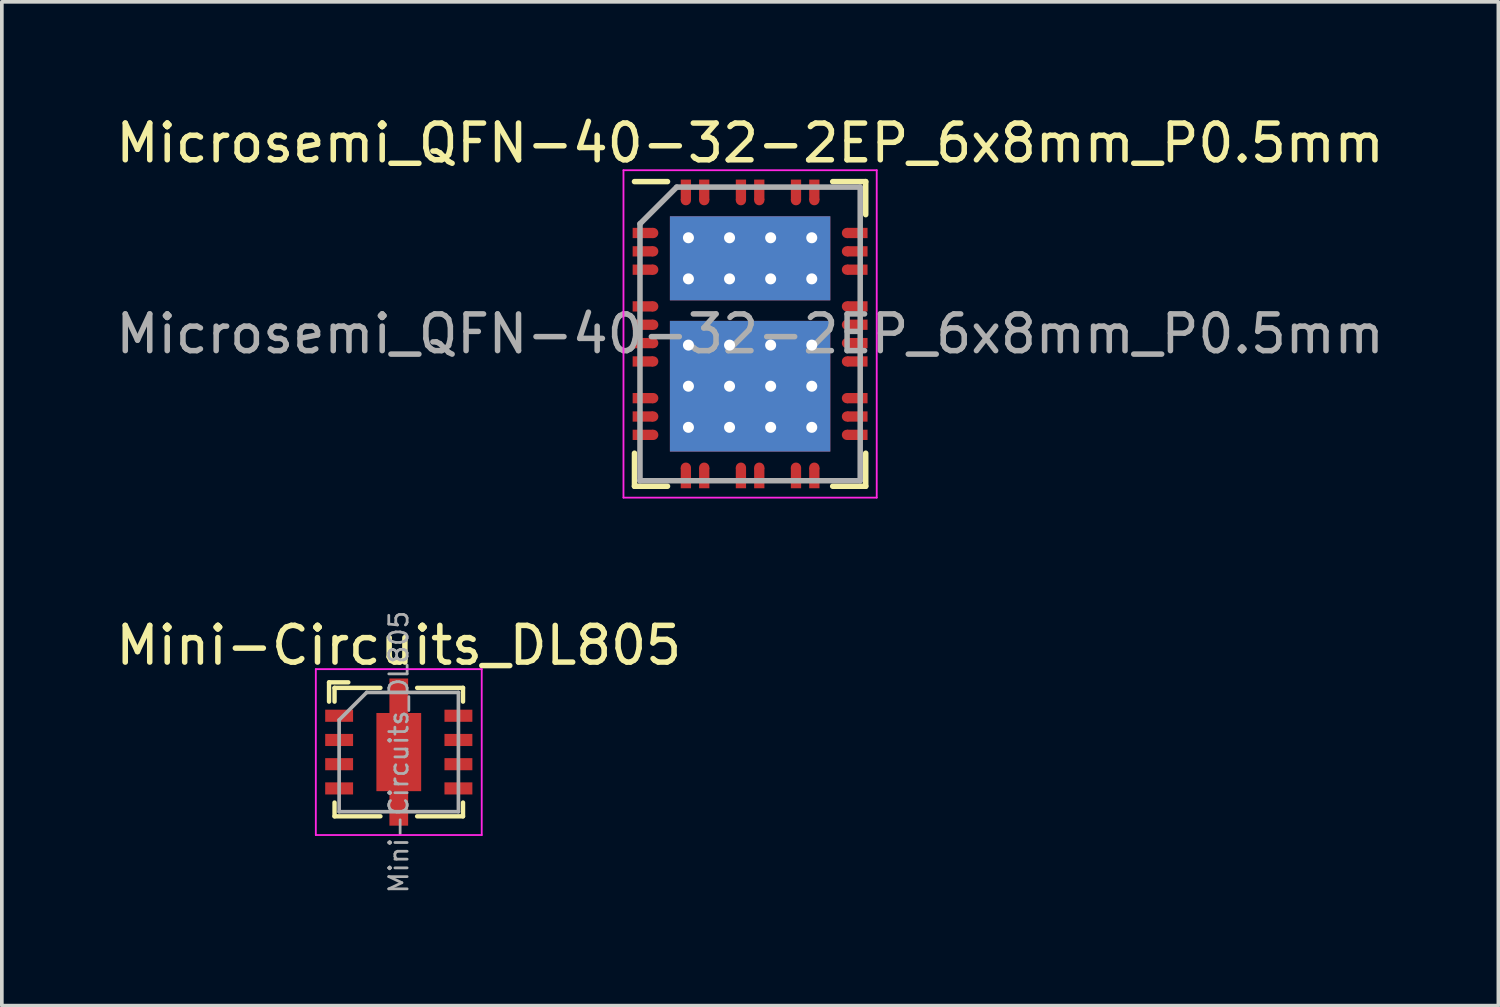
<source format=kicad_pcb>
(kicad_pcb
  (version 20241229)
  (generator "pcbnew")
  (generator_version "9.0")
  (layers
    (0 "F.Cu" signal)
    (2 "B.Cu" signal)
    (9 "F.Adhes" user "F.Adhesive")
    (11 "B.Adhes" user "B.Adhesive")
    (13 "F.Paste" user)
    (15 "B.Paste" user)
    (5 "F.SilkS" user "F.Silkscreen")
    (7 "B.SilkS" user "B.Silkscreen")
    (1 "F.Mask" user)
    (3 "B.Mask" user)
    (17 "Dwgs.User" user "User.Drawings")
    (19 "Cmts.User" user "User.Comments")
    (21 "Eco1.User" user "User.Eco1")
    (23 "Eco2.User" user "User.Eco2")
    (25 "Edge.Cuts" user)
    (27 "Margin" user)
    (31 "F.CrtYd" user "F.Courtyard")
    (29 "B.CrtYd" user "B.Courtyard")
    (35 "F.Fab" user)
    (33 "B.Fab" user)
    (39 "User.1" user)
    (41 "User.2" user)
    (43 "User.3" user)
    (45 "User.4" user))
  (footprint "Mini-Circuits_DL805"
    (layer "F.Cu")
    (at 7.815 17.441)
    (property "Reference" "Mini-Circuits_DL805" (at 0 -2.907 0) (layer "F.SilkS") (effects (font (size 1 1) (thickness 0.15))))
    (attr smd)
    (fp_line (start -1.9 -1.9) (end -1.375 -1.9) (stroke (width 0.12) (type solid)) (layer "F.SilkS"))
    (fp_line (start -1.9 -1.375) (end -1.9 -1.9) (stroke (width 0.12) (type solid)) (layer "F.SilkS"))
    (fp_line (start -1.75 -1.75) (end -1.75 -1.375) (stroke (width 0.12) (type solid)) (layer "F.SilkS"))
    (fp_line (start -1.75 1.75) (end -1.75 1.375) (stroke (width 0.12) (type solid)) (layer "F.SilkS"))
    (fp_line (start -0.5 -1.75) (end -1.75 -1.75) (stroke (width 0.12) (type solid)) (layer "F.SilkS"))
    (fp_line (start -0.5 1.75) (end -1.75 1.75) (stroke (width 0.12) (type solid)) (layer "F.SilkS"))
    (fp_line (start 0.5 -1.75) (end 1.75 -1.75) (stroke (width 0.12) (type solid)) (layer "F.SilkS"))
    (fp_line (start 1.75 -1.75) (end 1.75 -1.375) (stroke (width 0.12) (type solid)) (layer "F.SilkS"))
    (fp_line (start 1.75 1.375) (end 1.75 1.75) (stroke (width 0.12) (type solid)) (layer "F.SilkS"))
    (fp_line (start 1.75 1.75) (end 0.5 1.75) (stroke (width 0.12) (type solid)) (layer "F.SilkS"))
    (fp_line (start -2.26 -2.26) (end -2.26 2.26) (stroke (width 0.05) (type solid)) (layer "F.CrtYd"))
    (fp_line (start -2.26 2.26) (end 2.26 2.26) (stroke (width 0.05) (type solid)) (layer "F.CrtYd"))
    (fp_line (start 2.26 -2.26) (end -2.26 -2.26) (stroke (width 0.05) (type solid)) (layer "F.CrtYd"))
    (fp_line (start 2.26 2.26) (end 2.26 -2.26) (stroke (width 0.05) (type solid)) (layer "F.CrtYd"))
    (fp_line (start -1.625 -0.875) (end -0.875 -1.625) (stroke (width 0.1) (type solid)) (layer "F.Fab"))
    (fp_line (start -1.625 1.625) (end -1.625 -0.875) (stroke (width 0.1) (type solid)) (layer "F.Fab"))
    (fp_line (start -0.875 -1.625) (end 1.625 -1.625) (stroke (width 0.1) (type solid)) (layer "F.Fab"))
    (fp_line (start 1.625 -1.625) (end 1.625 1.625) (stroke (width 0.1) (type solid)) (layer "F.Fab"))
    (fp_line (start 1.625 1.625) (end -1.625 1.625) (stroke (width 0.1) (type solid)) (layer "F.Fab"))
    (fp_text user "${REFERENCE}" (at 0 0 270) (layer "F.Fab") (effects (font (size 0.5 0.5) (thickness 0.075))))
    (pad "1" smd rect (at -1.625 -0.99 270) (size 0.33 0.76) (layers "F.Cu" "F.Mask" "F.Paste"))
    (pad "2" smd rect (at -1.625 -0.33 270) (size 0.33 0.76) (layers "F.Cu" "F.Mask" "F.Paste"))
    (pad "3" smd rect (at -1.625 0.33 270) (size 0.33 0.76) (layers "F.Cu" "F.Mask" "F.Paste"))
    (pad "4" smd rect (at -1.625 0.99 270) (size 0.33 0.76) (layers "F.Cu" "F.Mask" "F.Paste"))
    (pad "5" smd rect (at 1.625 0.99 270) (size 0.33 0.76) (layers "F.Cu" "F.Mask" "F.Paste"))
    (pad "6" smd rect (at 1.625 0.33 270) (size 0.33 0.76) (layers "F.Cu" "F.Mask" "F.Paste"))
    (pad "7" smd rect (at 1.625 -0.33 270) (size 0.33 0.76) (layers "F.Cu" "F.Mask" "F.Paste"))
    (pad "8" smd rect (at 1.625 -0.99 270) (size 0.33 0.76) (layers "F.Cu" "F.Mask" "F.Paste"))
    (pad "9" smd rect (at 0 -1.535 270) (size 0.94 0.51) (layers "F.Cu" "F.Mask" "F.Paste"))
    (pad "9" smd rect (at 0 0 270) (size 2.13 1.22) (layers "F.Cu" "F.Mask" "F.Paste"))
    (pad "9" smd rect (at 0 1.535 270) (size 0.94 0.51) (layers "F.Cu" "F.Mask" "F.Paste")))
  (footprint "Microsemi_QFN-40-32-2EP_6x8mm_P0.5mm"
    (layer "F.Cu")
    (at 17.387 6.048)
    (property "Reference" "Microsemi_QFN-40-32-2EP_6x8mm_P0.5mm" (at 0 -5.2 0) (layer "F.SilkS") (effects (font (size 1 1) (thickness 0.15))))
    (attr smd)
    (fp_line (start -3.15 -4.15) (end -2.25 -4.15) (stroke (width 0.15) (type solid)) (layer "F.SilkS"))
    (fp_line (start -3.15 4.15) (end -3.15 3.25) (stroke (width 0.15) (type solid)) (layer "F.SilkS"))
    (fp_line (start -3.15 4.15) (end -2.25 4.15) (stroke (width 0.15) (type solid)) (layer "F.SilkS"))
    (fp_line (start 3.15 -4.15) (end 2.25 -4.15) (stroke (width 0.15) (type solid)) (layer "F.SilkS"))
    (fp_line (start 3.15 -4.15) (end 3.15 -3.25) (stroke (width 0.15) (type solid)) (layer "F.SilkS"))
    (fp_line (start 3.15 4.15) (end 2.25 4.15) (stroke (width 0.15) (type solid)) (layer "F.SilkS"))
    (fp_line (start 3.15 4.15) (end 3.15 3.25) (stroke (width 0.15) (type solid)) (layer "F.SilkS"))
    (fp_line (start -3.45 -4.46) (end -3.45 4.46) (stroke (width 0.05) (type solid)) (layer "F.CrtYd"))
    (fp_line (start -3.45 -4.46) (end 3.45 -4.46) (stroke (width 0.05) (type solid)) (layer "F.CrtYd"))
    (fp_line (start -3.45 4.46) (end 3.45 4.46) (stroke (width 0.05) (type solid)) (layer "F.CrtYd"))
    (fp_line (start 3.45 -4.46) (end 3.45 4.46) (stroke (width 0.05) (type solid)) (layer "F.CrtYd"))
    (fp_line (start -3 -3) (end -2 -4) (stroke (width 0.15) (type solid)) (layer "F.Fab"))
    (fp_line (start -3 4) (end -3 -3) (stroke (width 0.15) (type solid)) (layer "F.Fab"))
    (fp_line (start -2 -4) (end 3 -4) (stroke (width 0.15) (type solid)) (layer "F.Fab"))
    (fp_line (start 3 -4) (end 3 4) (stroke (width 0.15) (type solid)) (layer "F.Fab"))
    (fp_line (start 3 4) (end -3 4) (stroke (width 0.15) (type solid)) (layer "F.Fab"))
    (fp_text user "${REFERENCE}" (at 0 0 0) (layer "F.Fab") (effects (font (size 1 1) (thickness 0.15))))
    (pad "" smd rect (at -1.04 -2.06) (size 1.68 1.68) (layers "F.Paste"))
    (pad "" smd rect (at -1.04 1.425) (size 1.68 2.95) (layers "F.Paste"))
    (pad "" smd rect (at 1.04 -2.06) (size 1.68 1.68) (layers "F.Paste"))
    (pad "" smd rect (at 1.04 1.425) (size 1.68 2.95) (layers "F.Paste"))
    (pad "1" smd rect (at -2.92 -2.75) (size 0.56 0.28) (layers "F.Cu" "F.Mask" "F.Paste"))
    (pad "1" smd circle (at -2.64 -2.75) (size 0.28 0.28) (layers "F.Cu" "F.Mask" "F.Paste"))
    (pad "2" smd rect (at -2.92 -2.25) (size 0.56 0.28) (layers "F.Cu" "F.Mask" "F.Paste"))
    (pad "2" smd circle (at -2.64 -2.25) (size 0.28 0.28) (layers "F.Cu" "F.Mask" "F.Paste"))
    (pad "3" smd rect (at -2.92 -1.75) (size 0.56 0.28) (layers "F.Cu" "F.Mask" "F.Paste"))
    (pad "3" smd circle (at -2.64 -1.75) (size 0.28 0.28) (layers "F.Cu" "F.Mask" "F.Paste"))
    (pad "4" smd rect (at -2.92 -0.75) (size 0.56 0.28) (layers "F.Cu" "F.Mask" "F.Paste"))
    (pad "4" smd circle (at -2.64 -0.75) (size 0.28 0.28) (layers "F.Cu" "F.Mask" "F.Paste"))
    (pad "5" smd rect (at -2.92 -0.25) (size 0.56 0.28) (layers "F.Cu" "F.Mask" "F.Paste"))
    (pad "5" smd circle (at -2.64 -0.25) (size 0.28 0.28) (layers "F.Cu" "F.Mask" "F.Paste"))
    (pad "6" smd rect (at -2.92 0.25) (size 0.56 0.28) (layers "F.Cu" "F.Mask" "F.Paste"))
    (pad "6" smd circle (at -2.64 0.25) (size 0.28 0.28) (layers "F.Cu" "F.Mask" "F.Paste"))
    (pad "7" smd rect (at -2.92 0.75) (size 0.56 0.28) (layers "F.Cu" "F.Mask" "F.Paste"))
    (pad "7" smd circle (at -2.64 0.75) (size 0.28 0.28) (layers "F.Cu" "F.Mask" "F.Paste"))
    (pad "8" smd rect (at -2.92 1.75) (size 0.56 0.28) (layers "F.Cu" "F.Mask" "F.Paste"))
    (pad "8" smd circle (at -2.64 1.75) (size 0.28 0.28) (layers "F.Cu" "F.Mask" "F.Paste"))
    (pad "9" smd rect (at -2.92 2.25) (size 0.56 0.28) (layers "F.Cu" "F.Mask" "F.Paste"))
    (pad "9" smd circle (at -2.64 2.25) (size 0.28 0.28) (layers "F.Cu" "F.Mask" "F.Paste"))
    (pad "10" smd rect (at -2.92 2.75) (size 0.56 0.28) (layers "F.Cu" "F.Mask" "F.Paste"))
    (pad "10" smd circle (at -2.64 2.75) (size 0.28 0.28) (layers "F.Cu" "F.Mask" "F.Paste"))
    (pad "11" smd circle (at -1.75 3.645) (size 0.28 0.28) (layers "F.Cu" "F.Mask" "F.Paste"))
    (pad "11" smd rect (at -1.75 3.925) (size 0.28 0.56) (layers "F.Cu" "F.Mask" "F.Paste"))
    (pad "12" smd circle (at -1.25 3.645) (size 0.28 0.28) (layers "F.Cu" "F.Mask" "F.Paste"))
    (pad "12" smd rect (at -1.25 3.925) (size 0.28 0.56) (layers "F.Cu" "F.Mask" "F.Paste"))
    (pad "13" smd circle (at -0.25 3.645) (size 0.28 0.28) (layers "F.Cu" "F.Mask" "F.Paste"))
    (pad "13" smd rect (at -0.25 3.925) (size 0.28 0.56) (layers "F.Cu" "F.Mask" "F.Paste"))
    (pad "14" smd circle (at 0.25 3.645) (size 0.28 0.28) (layers "F.Cu" "F.Mask" "F.Paste"))
    (pad "14" smd rect (at 0.25 3.925) (size 0.28 0.56) (layers "F.Cu" "F.Mask" "F.Paste"))
    (pad "15" smd circle (at 1.25 3.645) (size 0.28 0.28) (layers "F.Cu" "F.Mask" "F.Paste"))
    (pad "15" smd rect (at 1.25 3.925) (size 0.28 0.56) (layers "F.Cu" "F.Mask" "F.Paste"))
    (pad "16" smd circle (at 1.75 3.645) (size 0.28 0.28) (layers "F.Cu" "F.Mask" "F.Paste"))
    (pad "16" smd rect (at 1.75 3.925) (size 0.28 0.56) (layers "F.Cu" "F.Mask" "F.Paste"))
    (pad "17" smd circle (at 2.64 2.75) (size 0.28 0.28) (layers "F.Cu" "F.Mask" "F.Paste"))
    (pad "17" smd rect (at 2.92 2.75) (size 0.56 0.28) (layers "F.Cu" "F.Mask" "F.Paste"))
    (pad "18" smd circle (at 2.64 2.25) (size 0.28 0.28) (layers "F.Cu" "F.Mask" "F.Paste"))
    (pad "18" smd rect (at 2.92 2.25) (size 0.56 0.28) (layers "F.Cu" "F.Mask" "F.Paste"))
    (pad "19" smd circle (at 2.64 1.75) (size 0.28 0.28) (layers "F.Cu" "F.Mask" "F.Paste"))
    (pad "19" smd rect (at 2.92 1.75) (size 0.56 0.28) (layers "F.Cu" "F.Mask" "F.Paste"))
    (pad "20" smd circle (at 2.64 0.75) (size 0.28 0.28) (layers "F.Cu" "F.Mask" "F.Paste"))
    (pad "20" smd rect (at 2.92 0.75) (size 0.56 0.28) (layers "F.Cu" "F.Mask" "F.Paste"))
    (pad "21" smd circle (at 2.64 0.25) (size 0.28 0.28) (layers "F.Cu" "F.Mask" "F.Paste"))
    (pad "21" smd rect (at 2.92 0.25) (size 0.56 0.28) (layers "F.Cu" "F.Mask" "F.Paste"))
    (pad "22" smd circle (at 2.64 -0.25) (size 0.28 0.28) (layers "F.Cu" "F.Mask" "F.Paste"))
    (pad "22" smd rect (at 2.92 -0.25) (size 0.56 0.28) (layers "F.Cu" "F.Mask" "F.Paste"))
    (pad "23" smd circle (at 2.64 -0.75) (size 0.28 0.28) (layers "F.Cu" "F.Mask" "F.Paste"))
    (pad "23" smd rect (at 2.92 -0.75) (size 0.56 0.28) (layers "F.Cu" "F.Mask" "F.Paste"))
    (pad "24" smd circle (at 2.64 -1.75) (size 0.28 0.28) (layers "F.Cu" "F.Mask" "F.Paste"))
    (pad "24" smd rect (at 2.92 -1.75) (size 0.56 0.28) (layers "F.Cu" "F.Mask" "F.Paste"))
    (pad "25" smd circle (at 2.64 -2.25) (size 0.28 0.28) (layers "F.Cu" "F.Mask" "F.Paste"))
    (pad "25" smd rect (at 2.92 -2.25) (size 0.56 0.28) (layers "F.Cu" "F.Mask" "F.Paste"))
    (pad "26" smd circle (at 2.64 -2.75) (size 0.28 0.28) (layers "F.Cu" "F.Mask" "F.Paste"))
    (pad "26" smd rect (at 2.92 -2.75) (size 0.56 0.28) (layers "F.Cu" "F.Mask" "F.Paste"))
    (pad "27" smd rect (at 1.75 -3.925) (size 0.28 0.56) (layers "F.Cu" "F.Mask" "F.Paste"))
    (pad "27" smd circle (at 1.75 -3.645) (size 0.28 0.28) (layers "F.Cu" "F.Mask" "F.Paste"))
    (pad "28" smd rect (at 1.25 -3.925) (size 0.28 0.56) (layers "F.Cu" "F.Mask" "F.Paste"))
    (pad "28" smd circle (at 1.25 -3.645) (size 0.28 0.28) (layers "F.Cu" "F.Mask" "F.Paste"))
    (pad "29" smd rect (at 0.25 -3.925) (size 0.28 0.56) (layers "F.Cu" "F.Mask" "F.Paste"))
    (pad "29" smd circle (at 0.25 -3.645) (size 0.28 0.28) (layers "F.Cu" "F.Mask" "F.Paste"))
    (pad "30" smd rect (at -0.25 -3.925) (size 0.28 0.56) (layers "F.Cu" "F.Mask" "F.Paste"))
    (pad "30" smd circle (at -0.25 -3.645) (size 0.28 0.28) (layers "F.Cu" "F.Mask" "F.Paste"))
    (pad "31" smd rect (at -1.25 -3.925) (size 0.28 0.56) (layers "F.Cu" "F.Mask" "F.Paste"))
    (pad "31" smd circle (at -1.25 -3.645) (size 0.28 0.28) (layers "F.Cu" "F.Mask" "F.Paste"))
    (pad "32" smd rect (at -1.75 -3.925) (size 0.28 0.56) (layers "F.Cu" "F.Mask" "F.Paste"))
    (pad "32" smd circle (at -1.75 -3.645) (size 0.28 0.28) (layers "F.Cu" "F.Mask" "F.Paste"))
    (pad "33" thru_hole circle (at -1.68 -2.62) (size 0.6 0.6) (drill 0.3) (layers "*.Cu" "*.Mask"))
    (pad "33" thru_hole circle (at -1.68 -1.5) (size 0.6 0.6) (drill 0.3) (layers "*.Cu" "*.Mask"))
    (pad "33" thru_hole circle (at -0.56 -2.62) (size 0.6 0.6) (drill 0.3) (layers "*.Cu" "*.Mask"))
    (pad "33" thru_hole circle (at -0.56 -1.5) (size 0.6 0.6) (drill 0.3) (layers "*.Cu" "*.Mask"))
    (pad "33" smd rect (at 0 -2.06) (size 4.37 2.29) (layers "F.Cu" "F.Mask"))
    (pad "33" smd rect (at 0 -2.06) (size 4.37 2.29) (layers "B.Cu" "B.Mask"))
    (pad "33" thru_hole circle (at 0.56 -2.62) (size 0.6 0.6) (drill 0.3) (layers "*.Cu" "*.Mask"))
    (pad "33" thru_hole circle (at 0.56 -1.5) (size 0.6 0.6) (drill 0.3) (layers "*.Cu" "*.Mask"))
    (pad "33" thru_hole circle (at 1.68 -2.62) (size 0.6 0.6) (drill 0.3) (layers "*.Cu" "*.Mask"))
    (pad "33" thru_hole circle (at 1.68 -1.5) (size 0.6 0.6) (drill 0.3) (layers "*.Cu" "*.Mask"))
    (pad "34" thru_hole circle (at -1.68 0.305) (size 0.6 0.6) (drill 0.3) (layers "*.Cu" "*.Mask"))
    (pad "34" thru_hole circle (at -1.68 1.425) (size 0.6 0.6) (drill 0.3) (layers "*.Cu" "*.Mask"))
    (pad "34" thru_hole circle (at -1.68 2.545) (size 0.6 0.6) (drill 0.3) (layers "*.Cu" "*.Mask"))
    (pad "34" thru_hole circle (at -0.56 0.305) (size 0.6 0.6) (drill 0.3) (layers "*.Cu" "*.Mask"))
    (pad "34" thru_hole circle (at -0.56 1.425) (size 0.6 0.6) (drill 0.3) (layers "*.Cu" "*.Mask"))
    (pad "34" thru_hole circle (at -0.56 2.545) (size 0.6 0.6) (drill 0.3) (layers "*.Cu" "*.Mask"))
    (pad "34" smd rect (at 0 1.425) (size 4.37 3.56) (layers "F.Cu" "F.Mask"))
    (pad "34" smd rect (at 0 1.425) (size 4.37 3.56) (layers "B.Cu" "B.Mask"))
    (pad "34" thru_hole circle (at 0.56 0.305) (size 0.6 0.6) (drill 0.3) (layers "*.Cu" "*.Mask"))
    (pad "34" thru_hole circle (at 0.56 1.425) (size 0.6 0.6) (drill 0.3) (layers "*.Cu" "*.Mask"))
    (pad "34" thru_hole circle (at 0.56 2.545) (size 0.6 0.6) (drill 0.3) (layers "*.Cu" "*.Mask"))
    (pad "34" thru_hole circle (at 1.68 0.305) (size 0.6 0.6) (drill 0.3) (layers "*.Cu" "*.Mask"))
    (pad "34" thru_hole circle (at 1.68 1.425) (size 0.6 0.6) (drill 0.3) (layers "*.Cu" "*.Mask"))
    (pad "34" thru_hole circle (at 1.68 2.545) (size 0.6 0.6) (drill 0.3) (layers "*.Cu" "*.Mask")))
  (gr_rect
    (start -3 -3)
    (end 37.774 24.349)
    (stroke (width 0.1) (type default))
    (fill no)
    (layer "Edge.Cuts")))
</source>
